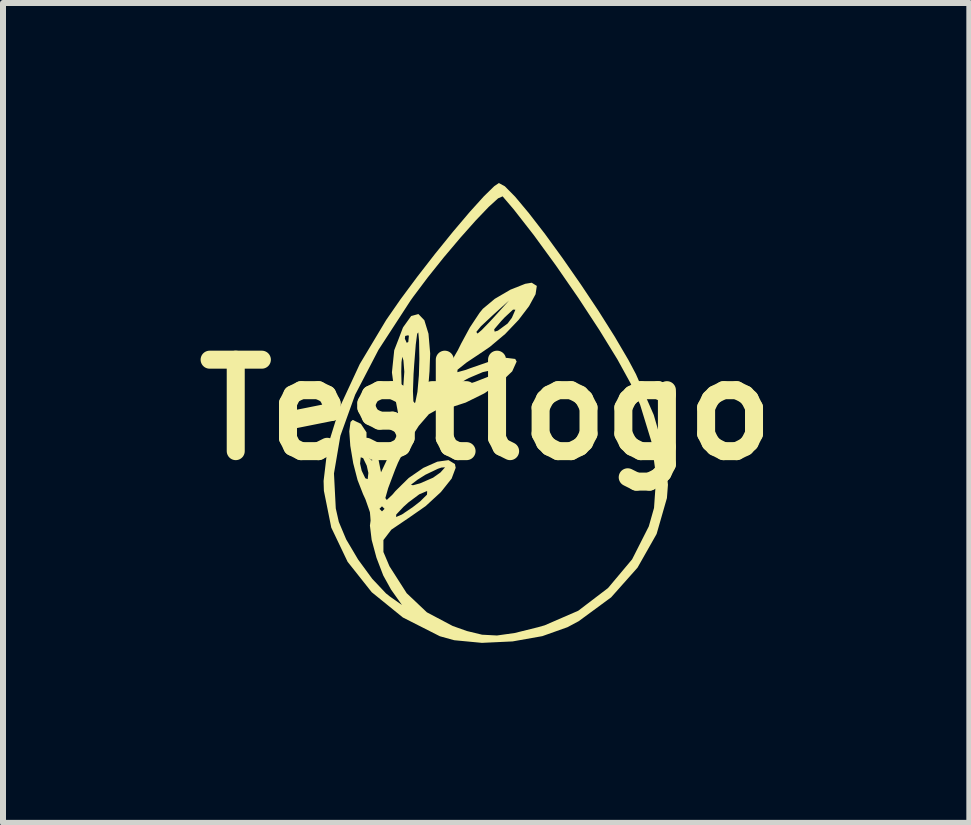
<source format=kicad_pcb>
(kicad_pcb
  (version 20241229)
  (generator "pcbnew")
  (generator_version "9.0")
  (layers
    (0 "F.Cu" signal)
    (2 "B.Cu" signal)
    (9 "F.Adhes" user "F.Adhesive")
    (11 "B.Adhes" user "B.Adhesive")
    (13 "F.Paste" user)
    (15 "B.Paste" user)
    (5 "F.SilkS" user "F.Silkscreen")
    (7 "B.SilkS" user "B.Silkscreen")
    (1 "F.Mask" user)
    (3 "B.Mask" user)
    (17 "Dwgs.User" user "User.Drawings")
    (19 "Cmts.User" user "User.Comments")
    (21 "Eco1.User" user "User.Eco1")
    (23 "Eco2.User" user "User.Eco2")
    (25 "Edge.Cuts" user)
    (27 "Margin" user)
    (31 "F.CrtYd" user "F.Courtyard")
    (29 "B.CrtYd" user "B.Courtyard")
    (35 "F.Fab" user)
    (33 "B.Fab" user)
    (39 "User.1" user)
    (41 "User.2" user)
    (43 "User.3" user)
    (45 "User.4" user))
  (footprint "Testlogo"
    (layer "F.Cu")
    (at 5.051 3.778)
    (property "Reference" "Testlogo" (at 0 0 0) (layer "F.SilkS") (effects (font (size 1.524 1.524) (thickness 0.3))))
    (attr board_only exclude_from_pos_files exclude_from_bom)
    (fp_poly (pts (xy 0.311 -3.724) (xy 0.483 -3.55) (xy 0.711 -3.277) (xy 0.981 -2.928) (xy 1.274 -2.525) (xy 1.576 -2.091) (xy 1.87 -1.65) (xy 2.14 -1.222) (xy 2.369 -0.832) (xy 2.496 -0.593) (xy 2.793 0.087) (xy 2.972 0.707) (xy 3.029 1.249) (xy 3.012 1.471) (xy 2.84 2.07) (xy 2.522 2.631) (xy 2.082 3.126) (xy 1.542 3.523) (xy 1.355 3.623) (xy 0.936 3.772) (xy 0.44 3.86) (xy -0.071 3.884) (xy -0.533 3.84) (xy -0.771 3.774) (xy -1.388 3.461) (xy -1.907 3.04) (xy -2.309 2.533) (xy -2.581 1.963) (xy -2.704 1.35) (xy -2.709 1.185) (xy -2.694 1.061) (xy -2.536 1.061) (xy -2.506 1.643) (xy -2.455 1.869) (xy -2.333 2.159) (xy -2.134 2.495) (xy -1.899 2.816) (xy -1.669 3.06) (xy -1.601 3.114) (xy -1.403 3.253) (xy -1.585 2.996) (xy -1.715 2.761) (xy -1.828 2.465) (xy -1.908 2.168) (xy -1.937 1.929) (xy -1.926 1.847) (xy -1.93 1.787) (xy -1.501 1.787) (xy -1.404 1.745) (xy -1.226 1.625) (xy -1.101 1.528) (xy -0.986 1.414) (xy -0.983 1.358) (xy -0.993 1.357) (xy -1.115 1.409) (xy -1.297 1.545) (xy -1.374 1.614) (xy -1.498 1.745) (xy -1.501 1.787) (xy -1.93 1.787) (xy -1.937 1.707) (xy -1.956 1.651) (xy -1.778 1.651) (xy -1.736 1.693) (xy -1.693 1.651) (xy -1.736 1.609) (xy -1.778 1.651) (xy -1.956 1.651) (xy -2.012 1.491) (xy -2.051 1.407) (xy -2.143 1.171) (xy -2.214 0.896) (xy -2.101 0.896) (xy -2.074 1.016) (xy -2.014 1.141) (xy -1.974 1.156) (xy -1.963 1.052) (xy -1.99 0.931) (xy -2.05 0.806) (xy -2.055 0.804) (xy -1.947 0.804) (xy -1.905 0.847) (xy -1.863 0.804) (xy -1.905 0.762) (xy -1.947 0.804) (xy -2.055 0.804) (xy -2.09 0.792) (xy -2.101 0.896) (xy -2.214 0.896) (xy -2.216 0.887) (xy -2.264 0.601) (xy -2.281 0.358) (xy -2.26 0.202) (xy -2.224 0.169) (xy -2.088 0.234) (xy -1.994 0.376) (xy -1.994 0.515) (xy -1.995 0.517) (xy -2.009 0.579) (xy -1.959 0.558) (xy -1.872 0.581) (xy -1.807 0.767) (xy -1.806 0.769) (xy -1.752 1.042) (xy -1.581 0.679) (xy -1.486 0.452) (xy -1.452 0.26) (xy -1.473 0.029) (xy -1.512 -0.177) (xy -1.529 -0.31) (xy -1.22 -0.31) (xy -1.213 -0.141) (xy -1.189 -0.11) (xy -1.18 -0.127) (xy -1.145 -0.299) (xy -1.121 -0.575) (xy -1.113 -0.847) (xy -1.118 -1.15) (xy -1.131 -1.289) (xy -1.15 -1.266) (xy -1.173 -1.088) (xy -1.199 -0.758) (xy -1.21 -0.593) (xy -1.22 -0.31) (xy -1.529 -0.31) (xy -1.57 -0.62) (xy -1.569 -0.635) (xy -1.415 -0.635) (xy -1.41 -0.434) (xy -1.395 -0.361) (xy -1.38 -0.401) (xy -1.364 -0.633) (xy -1.379 -0.824) (xy -1.398 -0.883) (xy -1.411 -0.792) (xy -1.415 -0.635) (xy -1.569 -0.635) (xy -1.532 -0.992) (xy -1.457 -1.185) (xy -1.355 -1.185) (xy -1.324 -1.116) (xy -1.298 -1.129) (xy -1.288 -1.229) (xy -1.298 -1.242) (xy -1.349 -1.23) (xy -1.355 -1.185) (xy -1.457 -1.185) (xy -1.389 -1.364) (xy -1.383 -1.376) (xy -1.25 -1.562) (xy -1.129 -1.595) (xy -1.03 -1.492) (xy -0.961 -1.267) (xy -0.933 -0.938) (xy -0.944 -0.642) (xy -0.974 -0.261) (xy -0.885 -0.37) (xy -0.516 -0.37) (xy -0.423 -0.389) (xy -0.187 -0.464) (xy 0.042 -0.554) (xy 0.191 -0.628) (xy 0.188 -0.662) (xy 0.127 -0.667) (xy -0.055 -0.628) (xy -0.289 -0.529) (xy -0.339 -0.502) (xy -0.501 -0.403) (xy -0.516 -0.37) (xy -0.885 -0.37) (xy -0.787 -0.49) (xy -0.634 -0.711) (xy -0.471 -0.994) (xy -0.418 -1.101) (xy -0.312 -1.297) (xy -0.164 -1.297) (xy -0.144 -1.27) (xy -0.143 -1.27) (xy -0.076 -1.327) (xy -0.062 -1.341) (xy 0.134 -1.341) (xy 0.141 -1.302) (xy 0.195 -1.318) (xy 0.358 -1.438) (xy 0.429 -1.534) (xy 0.487 -1.667) (xy 0.448 -1.669) (xy 0.308 -1.539) (xy 0.25 -1.477) (xy 0.134 -1.341) (xy -0.062 -1.341) (xy 0.063 -1.47) (xy 0.132 -1.545) (xy 0.381 -1.82) (xy 0.106 -1.572) (xy -0.087 -1.391) (xy -0.164 -1.297) (xy -0.312 -1.297) (xy -0.27 -1.374) (xy -0.111 -1.614) (xy -0.055 -1.683) (xy 0.144 -1.849) (xy 0.404 -2.001) (xy 0.651 -2.099) (xy 0.759 -2.117) (xy 0.844 -2.064) (xy 0.823 -1.925) (xy 0.715 -1.727) (xy 0.54 -1.497) (xy 0.317 -1.263) (xy 0.065 -1.051) (xy -0.041 -0.978) (xy -0.33 -0.785) (xy -0.477 -0.667) (xy -0.48 -0.626) (xy -0.338 -0.665) (xy -0.275 -0.689) (xy 0.077 -0.811) (xy 0.338 -0.865) (xy 0.484 -0.847) (xy 0.508 -0.804) (xy 0.434 -0.64) (xy 0.239 -0.454) (xy -0.033 -0.272) (xy -0.341 -0.12) (xy -0.642 -0.022) (xy -0.821 -0.000472) (xy -0.954 0.073) (xy -1.123 0.268) (xy -1.303 0.55) (xy -1.469 0.882) (xy -1.517 0.998) (xy -1.633 1.306) (xy -1.68 1.471) (xy -1.656 1.503) (xy -1.562 1.414) (xy -1.512 1.355) (xy -1.405 1.249) (xy -1.253 1.249) (xy -1.22 1.258) (xy -1.101 1.226) (xy -0.885 1.132) (xy -0.762 1.045) (xy -0.685 0.959) (xy -0.746 0.963) (xy -0.804 0.983) (xy -1.013 1.083) (xy -1.143 1.165) (xy -1.253 1.249) (xy -1.405 1.249) (xy -1.29 1.136) (xy -1.046 0.968) (xy -0.814 0.865) (xy -0.628 0.839) (xy -0.521 0.904) (xy -0.508 0.967) (xy -0.575 1.146) (xy -0.754 1.371) (xy -1.008 1.605) (xy -1.302 1.81) (xy -1.304 1.811) (xy -1.58 1.998) (xy -1.712 2.171) (xy -1.712 2.37) (xy -1.611 2.608) (xy -1.324 3.057) (xy -0.988 3.375) (xy -0.557 3.603) (xy -0.32 3.687) (xy -0.068 3.748) (xy 0.18 3.761) (xy 0.474 3.72) (xy 0.865 3.623) (xy 0.974 3.592) (xy 1.534 3.349) (xy 2.03 2.971) (xy 2.432 2.492) (xy 2.71 1.943) (xy 2.797 1.636) (xy 2.833 1.117) (xy 2.753 0.529) (xy 2.565 -0.085) (xy 2.406 -0.441) (xy 2.186 -0.841) (xy 1.886 -1.329) (xy 1.535 -1.865) (xy 1.161 -2.406) (xy 0.793 -2.911) (xy 0.459 -3.339) (xy 0.274 -3.556) (xy 0.199 -3.523) (xy 0.042 -3.38) (xy -0.175 -3.153) (xy -0.431 -2.865) (xy -0.704 -2.542) (xy -0.972 -2.207) (xy -1.213 -1.886) (xy -1.26 -1.82) (xy -1.794 -0.999) (xy -2.183 -0.251) (xy -2.429 0.433) (xy -2.536 1.061) (xy -2.694 1.061) (xy -2.64 0.605) (xy -2.436 -0.051) (xy -2.106 -0.762) (xy -1.666 -1.496) (xy -1.429 -1.838) (xy -1.15 -2.214) (xy -0.851 -2.599) (xy -0.552 -2.968) (xy -0.274 -3.296) (xy -0.038 -3.557) (xy 0.135 -3.726) (xy 0.212 -3.778)) (stroke (width 0) (type solid)) (fill yes) (layer "F.SilkS")))
  (gr_rect
    (start -3 -3)
    (end 13.102 10.662)
    (stroke (width 0.1) (type default))
    (fill no)
    (layer "Edge.Cuts")))
</source>
